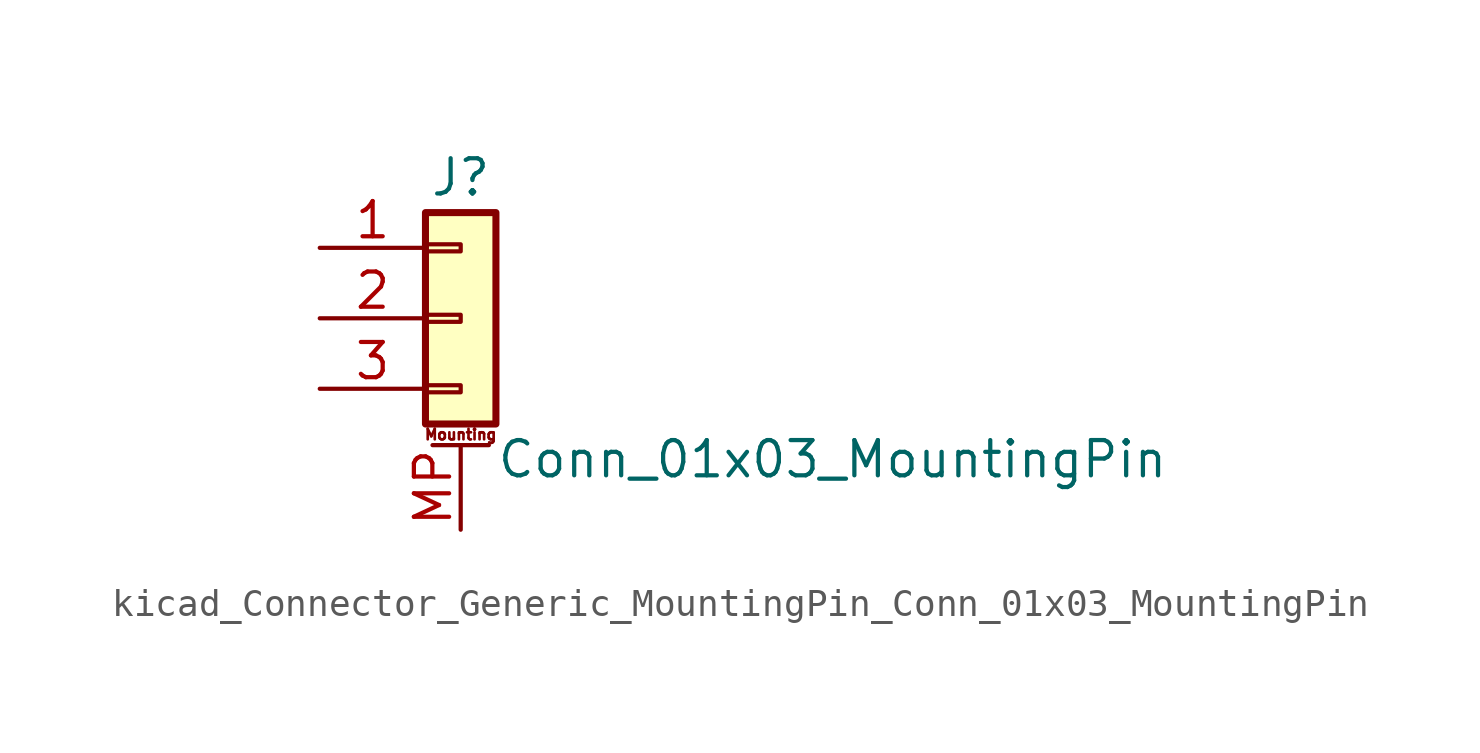
<source format=kicad_sym>
(kicad_symbol_lib
  (version 20220914)
  (generator kicad_symbol_editor)
  (symbol "kicad_Connector_Generic_MountingPin_Conn_01x03_MountingPin"
    (pin_names
      (offset 1.016) hide)
    (property "Reference" "J"
      (at 0 5.08 0)
      (effects (font (size 1.27 1.27))))
    (property "Value" "Conn_01x03_MountingPin"
      (at 1.27 -5.08 0)
      (effects (font (size 1.27 1.27)) (justify left)))
    (symbol "kicad_Connector_Generic_MountingPin_Conn_01x03_MountingPin_1_1"
      (rectangle (start -1.27 -2.413) (end 0 -2.667) (stroke (width 0.152) (type default)) (fill (type none)))
      (rectangle (start -1.27 0.127) (end 0 -0.127) (stroke (width 0.152) (type default)) (fill (type none)))
      (rectangle (start -1.27 2.667) (end 0 2.413) (stroke (width 0.152) (type default)) (fill (type none)))
      (rectangle (start -1.27 3.81) (end 1.27 -3.81) (stroke (width 0.254) (type default)) (fill (type background)))
      (polyline (pts (xy -1.016 -4.572) (xy 1.016 -4.572)) (stroke (width 0.152) (type default)) (fill (type none)))
      (text "Mounting" (at 0 -4.191 0) (effects (font (size 0.381 0.381))))
      (pin passive line (at -5.08 2.54 0) (length 3.81) (name "Pin_1" (effects (font (size 1.27 1.27)))) (number "1" (effects (font (size 1.27 1.27)))))
      (pin passive line (at -5.08 0 0) (length 3.81) (name "Pin_2" (effects (font (size 1.27 1.27)))) (number "2" (effects (font (size 1.27 1.27)))))
      (pin passive line (at -5.08 -2.54 0) (length 3.81) (name "Pin_3" (effects (font (size 1.27 1.27)))) (number "3" (effects (font (size 1.27 1.27)))))
      (pin passive line (at 0 -7.62 90) (length 3.048) (name "MountPin" (effects (font (size 1.27 1.27)))) (number "MP" (effects (font (size 1.27 1.27))))))))
</source>
